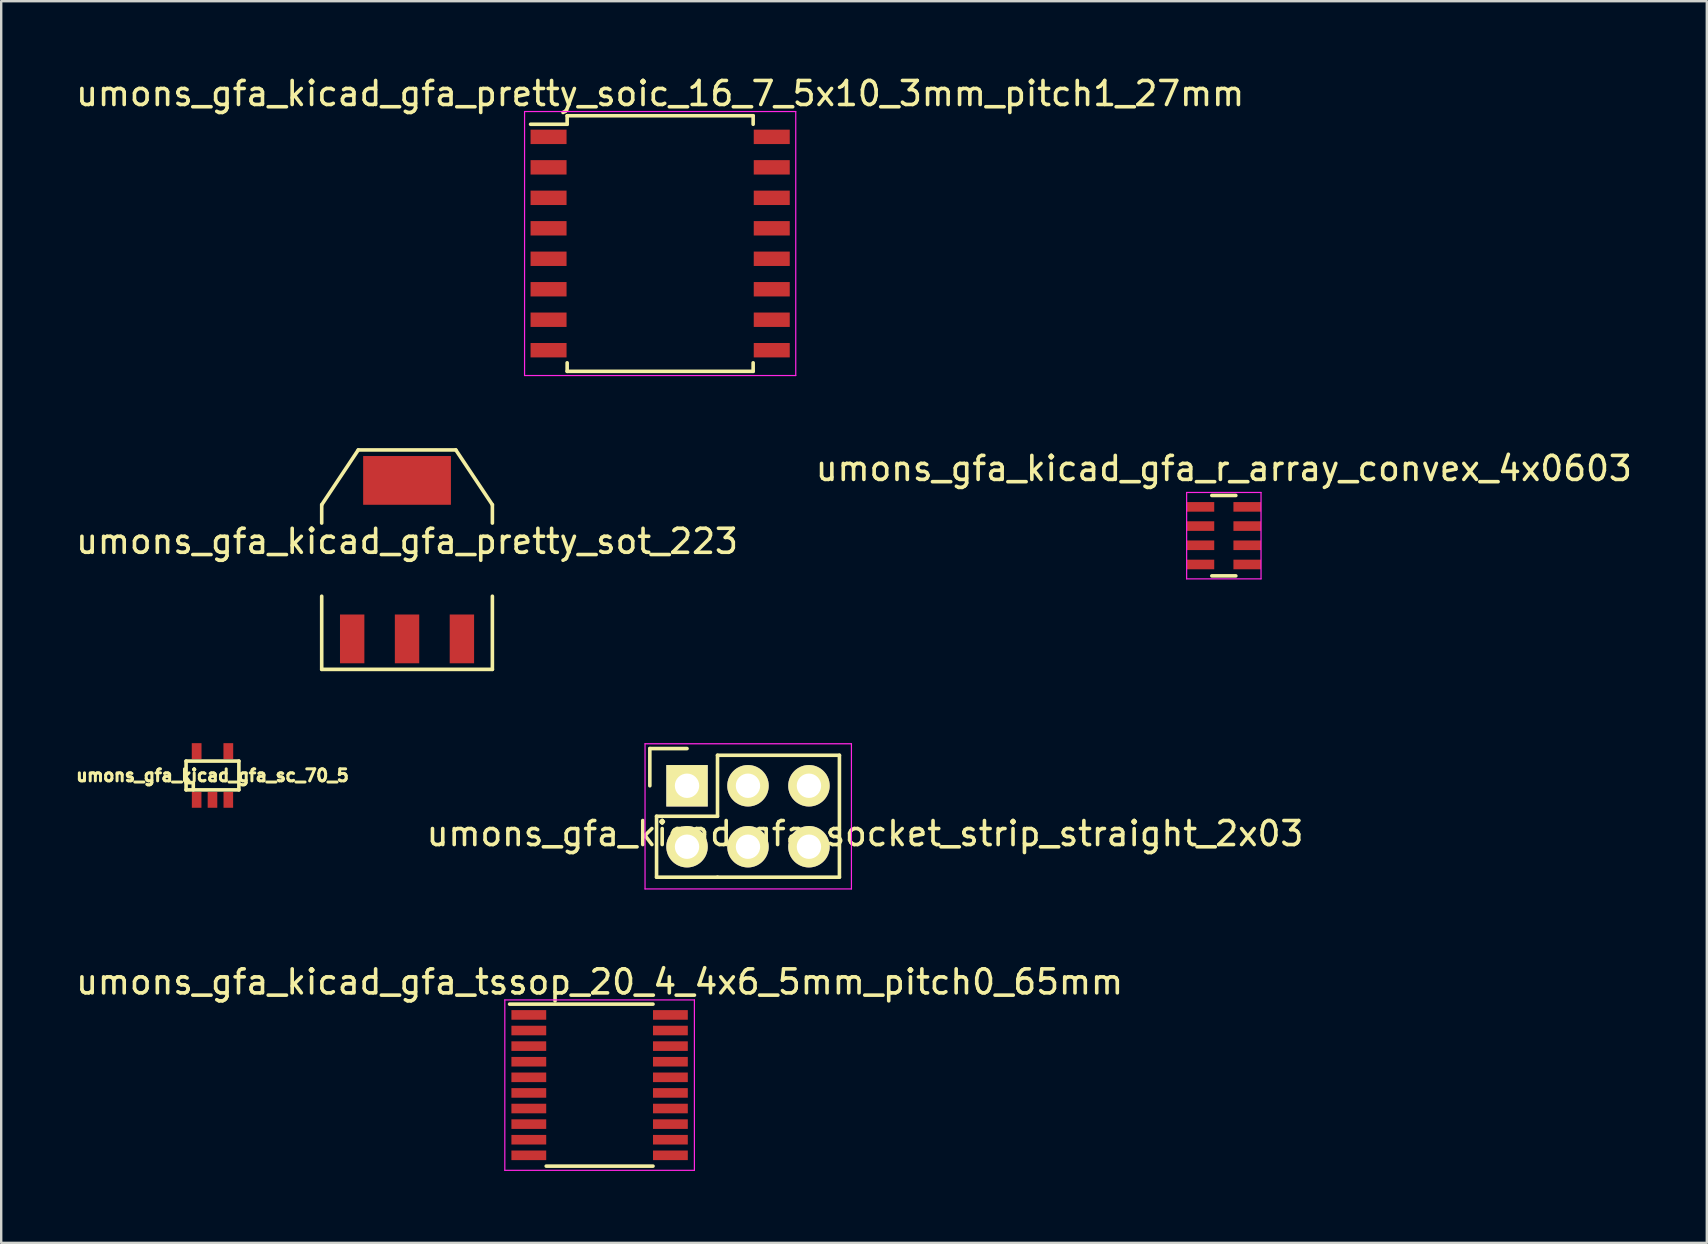
<source format=kicad_pcb>
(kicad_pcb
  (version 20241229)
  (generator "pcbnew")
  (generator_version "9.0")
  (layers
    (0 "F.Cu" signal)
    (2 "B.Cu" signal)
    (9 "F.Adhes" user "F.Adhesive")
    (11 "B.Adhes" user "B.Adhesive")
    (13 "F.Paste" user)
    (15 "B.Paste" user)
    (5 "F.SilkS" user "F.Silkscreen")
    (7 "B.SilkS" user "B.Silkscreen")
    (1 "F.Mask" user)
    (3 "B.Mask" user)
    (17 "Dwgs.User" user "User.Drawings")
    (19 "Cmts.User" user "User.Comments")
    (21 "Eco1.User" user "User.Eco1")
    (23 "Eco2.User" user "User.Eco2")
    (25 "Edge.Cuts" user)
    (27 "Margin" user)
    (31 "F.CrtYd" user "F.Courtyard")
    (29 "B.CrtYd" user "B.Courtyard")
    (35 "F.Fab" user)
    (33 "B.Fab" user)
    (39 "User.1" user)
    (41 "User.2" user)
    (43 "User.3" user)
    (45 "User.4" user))
  (footprint "umons_gfa_kicad_gfa_socket_strip_straight_2x03"
    (layer "F.Cu")
    (at 25.578 29.692)
    (property "Reference" "umons_gfa_kicad_gfa_socket_strip_straight_2x03" (at 7.417 1.994 0) (layer "F.SilkS") (effects (font (size 1 1) (thickness 0.15))))
    (attr through_hole)
    (fp_line (start -1.55 -1.55) (end -1.55 0) (stroke (width 0.15) (type solid)) (layer "F.SilkS"))
    (fp_line (start -1.55 -1.55) (end 0 -1.55) (stroke (width 0.15) (type solid)) (layer "F.SilkS"))
    (fp_line (start -1.27 1.27) (end 1.27 1.27) (stroke (width 0.15) (type solid)) (layer "F.SilkS"))
    (fp_line (start -1.27 3.81) (end -1.27 1.27) (stroke (width 0.15) (type solid)) (layer "F.SilkS"))
    (fp_line (start 1.27 1.27) (end 1.27 -1.27) (stroke (width 0.15) (type solid)) (layer "F.SilkS"))
    (fp_line (start 1.27 3.81) (end -1.27 3.81) (stroke (width 0.15) (type solid)) (layer "F.SilkS"))
    (fp_line (start 6.35 -1.27) (end 1.27 -1.27) (stroke (width 0.15) (type solid)) (layer "F.SilkS"))
    (fp_line (start 6.35 -1.27) (end 6.35 3.81) (stroke (width 0.15) (type solid)) (layer "F.SilkS"))
    (fp_line (start 6.35 3.81) (end 1.27 3.81) (stroke (width 0.15) (type solid)) (layer "F.SilkS"))
    (fp_line (start -1.75 -1.75) (end -1.75 4.3) (stroke (width 0.05) (type solid)) (layer "F.CrtYd"))
    (fp_line (start -1.75 -1.75) (end 6.85 -1.75) (stroke (width 0.05) (type solid)) (layer "F.CrtYd"))
    (fp_line (start -1.75 4.3) (end 6.85 4.3) (stroke (width 0.05) (type solid)) (layer "F.CrtYd"))
    (fp_line (start 6.85 -1.75) (end 6.85 4.3) (stroke (width 0.05) (type solid)) (layer "F.CrtYd"))
    (pad "1" thru_hole rect (at 0 0) (size 1.727 1.727) (drill 1.016) (layers "*.Cu" "*.Mask" "F.SilkS"))
    (pad "2" thru_hole oval (at 0 2.54) (size 1.727 1.727) (drill 1.016) (layers "*.Cu" "*.Mask" "F.SilkS"))
    (pad "3" thru_hole oval (at 2.54 0) (size 1.727 1.727) (drill 1.016) (layers "*.Cu" "*.Mask" "F.SilkS"))
    (pad "4" thru_hole oval (at 2.54 2.54) (size 1.727 1.727) (drill 1.016) (layers "*.Cu" "*.Mask" "F.SilkS"))
    (pad "5" thru_hole oval (at 5.08 0) (size 1.727 1.727) (drill 1.016) (layers "*.Cu" "*.Mask" "F.SilkS"))
    (pad "6" thru_hole oval (at 5.08 2.54) (size 1.727 1.727) (drill 1.016) (layers "*.Cu" "*.Mask" "F.SilkS")))
  (footprint "umons_gfa_kicad_gfa_pretty_sot_223"
    (layer "F.Cu")
    (at 13.911 20.27)
    (property "Reference" "umons_gfa_kicad_gfa_pretty_sot_223" (at 0 -0.762 0) (layer "F.SilkS") (effects (font (size 1 1) (thickness 0.15))))
    (attr smd)
    (fp_line (start -3.556 -2.286) (end -2.032 -4.572) (stroke (width 0.15) (type solid)) (layer "F.SilkS"))
    (fp_line (start -3.556 -1.524) (end -3.556 -2.286) (stroke (width 0.15) (type solid)) (layer "F.SilkS"))
    (fp_line (start -3.556 1.524) (end -3.556 4.572) (stroke (width 0.15) (type solid)) (layer "F.SilkS"))
    (fp_line (start -3.556 4.572) (end 3.556 4.572) (stroke (width 0.15) (type solid)) (layer "F.SilkS"))
    (fp_line (start -2.032 -4.572) (end 2.032 -4.572) (stroke (width 0.15) (type solid)) (layer "F.SilkS"))
    (fp_line (start 2.032 -4.572) (end 3.556 -2.286) (stroke (width 0.15) (type solid)) (layer "F.SilkS"))
    (fp_line (start 3.556 -2.286) (end 3.556 -1.524) (stroke (width 0.15) (type solid)) (layer "F.SilkS"))
    (fp_line (start 3.556 4.572) (end 3.556 1.524) (stroke (width 0.15) (type solid)) (layer "F.SilkS"))
    (pad "1" smd rect (at -2.286 3.302) (size 1.016 2.032) (layers "F.Cu" "F.Mask" "F.Paste"))
    (pad "2" smd rect (at 0 3.302) (size 1.016 2.032) (layers "F.Cu" "F.Mask" "F.Paste"))
    (pad "3" smd rect (at 2.286 3.302) (size 1.016 2.032) (layers "F.Cu" "F.Mask" "F.Paste"))
    (pad "4" smd rect (at 0 -3.302) (size 3.658 2.032) (layers "F.Cu" "F.Mask" "F.Paste")))
  (footprint "umons_gfa_kicad_gfa_r_array_convex_4x0603"
    (layer "F.Cu")
    (at 47.946 19.271)
    (property "Reference" "umons_gfa_kicad_gfa_r_array_convex_4x0603" (at 0 -2.8 0) (layer "F.SilkS") (effects (font (size 1 1) (thickness 0.15))))
    (attr smd)
    (fp_line (start 0.5 -1.675) (end -0.5 -1.675) (stroke (width 0.15) (type solid)) (layer "F.SilkS"))
    (fp_line (start 0.5 1.675) (end -0.5 1.675) (stroke (width 0.15) (type solid)) (layer "F.SilkS"))
    (fp_line (start -1.55 -1.8) (end -1.55 1.8) (stroke (width 0.05) (type solid)) (layer "F.CrtYd"))
    (fp_line (start -1.55 -1.8) (end 1.55 -1.8) (stroke (width 0.05) (type solid)) (layer "F.CrtYd"))
    (fp_line (start -1.55 1.8) (end 1.55 1.8) (stroke (width 0.05) (type solid)) (layer "F.CrtYd"))
    (fp_line (start 1.55 -1.8) (end 1.55 1.8) (stroke (width 0.05) (type solid)) (layer "F.CrtYd"))
    (pad "1" smd rect (at -0.975 -1.2) (size 1.15 0.4) (layers "F.Cu" "F.Mask" "F.Paste"))
    (pad "2" smd rect (at -0.975 -0.4) (size 1.15 0.4) (layers "F.Cu" "F.Mask" "F.Paste"))
    (pad "3" smd rect (at -0.975 0.4) (size 1.15 0.4) (layers "F.Cu" "F.Mask" "F.Paste"))
    (pad "4" smd rect (at -0.975 1.2) (size 1.15 0.4) (layers "F.Cu" "F.Mask" "F.Paste"))
    (pad "5" smd rect (at 0.975 1.2) (size 1.15 0.4) (layers "F.Cu" "F.Mask" "F.Paste"))
    (pad "6" smd rect (at 0.975 0.4) (size 1.15 0.4) (layers "F.Cu" "F.Mask" "F.Paste"))
    (pad "7" smd rect (at 0.975 -0.4) (size 1.15 0.4) (layers "F.Cu" "F.Mask" "F.Paste"))
    (pad "8" smd rect (at 0.975 -1.2) (size 1.15 0.4) (layers "F.Cu" "F.Mask" "F.Paste")))
  (footprint "umons_gfa_kicad_gfa_sc_70_5"
    (layer "F.Cu")
    (at 5.804 29.263)
    (property "Reference" "umons_gfa_kicad_gfa_sc_70_5" (at 0 0 0) (layer "F.SilkS") (effects (font (size 0.5 0.5) (thickness 0.125))))
    (attr smd)
    (fp_line (start -1.1 -0.6) (end -1.1 0.6) (stroke (width 0.15) (type solid)) (layer "F.SilkS"))
    (fp_line (start -1.1 0.3) (end -0.8 0.3) (stroke (width 0.15) (type solid)) (layer "F.SilkS"))
    (fp_line (start -1.1 0.6) (end 1.1 0.6) (stroke (width 0.15) (type solid)) (layer "F.SilkS"))
    (fp_line (start -0.8 0.3) (end -0.8 0.6) (stroke (width 0.15) (type solid)) (layer "F.SilkS"))
    (fp_line (start 1.1 -0.6) (end -1.1 -0.6) (stroke (width 0.15) (type solid)) (layer "F.SilkS"))
    (fp_line (start 1.1 0.6) (end 1.1 -0.6) (stroke (width 0.15) (type solid)) (layer "F.SilkS"))
    (pad "1" smd rect (at -0.66 1.016) (size 0.4 0.66) (layers "F.Cu" "F.Mask" "F.Paste"))
    (pad "2" smd rect (at 0 1.016) (size 0.4 0.66) (layers "F.Cu" "F.Mask" "F.Paste"))
    (pad "3" smd rect (at 0.66 1.016) (size 0.4 0.66) (layers "F.Cu" "F.Mask" "F.Paste"))
    (pad "4" smd rect (at 0.66 -1.016) (size 0.406 0.66) (layers "F.Cu" "F.Mask" "F.Paste"))
    (pad "5" smd rect (at -0.66 -1.016) (size 0.406 0.66) (layers "F.Cu" "F.Mask" "F.Paste")))
  (footprint "umons_gfa_kicad_gfa_tssop_20_4_4x6_5mm_pitch0_65mm"
    (layer "F.Cu")
    (at 21.935 42.166)
    (property "Reference" "umons_gfa_kicad_gfa_tssop_20_4_4x6_5mm_pitch0_65mm" (at 0 -4.3 0) (layer "F.SilkS") (effects (font (size 1 1) (thickness 0.15))))
    (attr smd)
    (fp_line (start -3.75 -3.375) (end 2.225 -3.375) (stroke (width 0.15) (type solid)) (layer "F.SilkS"))
    (fp_line (start -2.225 3.375) (end 2.225 3.375) (stroke (width 0.15) (type solid)) (layer "F.SilkS"))
    (fp_line (start -3.95 -3.55) (end -3.95 3.55) (stroke (width 0.05) (type solid)) (layer "F.CrtYd"))
    (fp_line (start -3.95 -3.55) (end 3.95 -3.55) (stroke (width 0.05) (type solid)) (layer "F.CrtYd"))
    (fp_line (start -3.95 3.55) (end 3.95 3.55) (stroke (width 0.05) (type solid)) (layer "F.CrtYd"))
    (fp_line (start 3.95 -3.55) (end 3.95 3.55) (stroke (width 0.05) (type solid)) (layer "F.CrtYd"))
    (pad "1" smd rect (at -2.95 -2.925) (size 1.45 0.4) (layers "F.Cu" "F.Mask" "F.Paste"))
    (pad "2" smd rect (at -2.95 -2.275) (size 1.45 0.4) (layers "F.Cu" "F.Mask" "F.Paste"))
    (pad "3" smd rect (at -2.95 -1.625) (size 1.45 0.4) (layers "F.Cu" "F.Mask" "F.Paste"))
    (pad "4" smd rect (at -2.95 -0.975) (size 1.45 0.4) (layers "F.Cu" "F.Mask" "F.Paste"))
    (pad "5" smd rect (at -2.95 -0.325) (size 1.45 0.4) (layers "F.Cu" "F.Mask" "F.Paste"))
    (pad "6" smd rect (at -2.95 0.325) (size 1.45 0.4) (layers "F.Cu" "F.Mask" "F.Paste"))
    (pad "7" smd rect (at -2.95 0.975) (size 1.45 0.4) (layers "F.Cu" "F.Mask" "F.Paste"))
    (pad "8" smd rect (at -2.95 1.625) (size 1.45 0.4) (layers "F.Cu" "F.Mask" "F.Paste"))
    (pad "9" smd rect (at -2.95 2.275) (size 1.45 0.4) (layers "F.Cu" "F.Mask" "F.Paste"))
    (pad "10" smd rect (at -2.95 2.925) (size 1.45 0.4) (layers "F.Cu" "F.Mask" "F.Paste"))
    (pad "11" smd rect (at 2.95 2.925) (size 1.45 0.4) (layers "F.Cu" "F.Mask" "F.Paste"))
    (pad "12" smd rect (at 2.95 2.275) (size 1.45 0.4) (layers "F.Cu" "F.Mask" "F.Paste"))
    (pad "13" smd rect (at 2.95 1.625) (size 1.45 0.4) (layers "F.Cu" "F.Mask" "F.Paste"))
    (pad "14" smd rect (at 2.95 0.975) (size 1.45 0.4) (layers "F.Cu" "F.Mask" "F.Paste"))
    (pad "15" smd rect (at 2.95 0.325) (size 1.45 0.4) (layers "F.Cu" "F.Mask" "F.Paste"))
    (pad "16" smd rect (at 2.95 -0.325) (size 1.45 0.4) (layers "F.Cu" "F.Mask" "F.Paste"))
    (pad "17" smd rect (at 2.95 -0.975) (size 1.45 0.4) (layers "F.Cu" "F.Mask" "F.Paste"))
    (pad "18" smd rect (at 2.95 -1.625) (size 1.45 0.4) (layers "F.Cu" "F.Mask" "F.Paste"))
    (pad "19" smd rect (at 2.95 -2.275) (size 1.45 0.4) (layers "F.Cu" "F.Mask" "F.Paste"))
    (pad "20" smd rect (at 2.95 -2.925) (size 1.45 0.4) (layers "F.Cu" "F.Mask" "F.Paste")))
  (footprint "umons_gfa_kicad_gfa_pretty_soic_16_7_5x10_3mm_pitch1_27mm"
    (layer "F.Cu")
    (at 24.458 7.098)
    (property "Reference" "umons_gfa_kicad_gfa_pretty_soic_16_7_5x10_3mm_pitch1_27mm" (at 0 -6.25 0) (layer "F.SilkS") (effects (font (size 1 1) (thickness 0.15))))
    (attr smd)
    (fp_line (start -3.875 -5.325) (end -3.875 -4.97) (stroke (width 0.15) (type solid)) (layer "F.SilkS"))
    (fp_line (start -3.875 -5.325) (end 3.875 -5.325) (stroke (width 0.15) (type solid)) (layer "F.SilkS"))
    (fp_line (start -3.875 -4.97) (end -5.4 -4.97) (stroke (width 0.15) (type solid)) (layer "F.SilkS"))
    (fp_line (start -3.875 5.325) (end -3.875 4.97) (stroke (width 0.15) (type solid)) (layer "F.SilkS"))
    (fp_line (start -3.875 5.325) (end 3.875 5.325) (stroke (width 0.15) (type solid)) (layer "F.SilkS"))
    (fp_line (start 3.875 -5.325) (end 3.875 -4.97) (stroke (width 0.15) (type solid)) (layer "F.SilkS"))
    (fp_line (start 3.875 5.325) (end 3.875 4.97) (stroke (width 0.15) (type solid)) (layer "F.SilkS"))
    (fp_line (start -5.65 -5.5) (end -5.65 5.5) (stroke (width 0.05) (type solid)) (layer "F.CrtYd"))
    (fp_line (start -5.65 -5.5) (end 5.65 -5.5) (stroke (width 0.05) (type solid)) (layer "F.CrtYd"))
    (fp_line (start -5.65 5.5) (end 5.65 5.5) (stroke (width 0.05) (type solid)) (layer "F.CrtYd"))
    (fp_line (start 5.65 -5.5) (end 5.65 5.5) (stroke (width 0.05) (type solid)) (layer "F.CrtYd"))
    (pad "1" smd rect (at -4.65 -4.445) (size 1.5 0.6) (layers "F.Cu" "F.Mask" "F.Paste"))
    (pad "2" smd rect (at -4.65 -3.175) (size 1.5 0.6) (layers "F.Cu" "F.Mask" "F.Paste"))
    (pad "3" smd rect (at -4.65 -1.905) (size 1.5 0.6) (layers "F.Cu" "F.Mask" "F.Paste"))
    (pad "4" smd rect (at -4.65 -0.635) (size 1.5 0.6) (layers "F.Cu" "F.Mask" "F.Paste"))
    (pad "5" smd rect (at -4.65 0.635) (size 1.5 0.6) (layers "F.Cu" "F.Mask" "F.Paste"))
    (pad "6" smd rect (at -4.65 1.905) (size 1.5 0.6) (layers "F.Cu" "F.Mask" "F.Paste"))
    (pad "7" smd rect (at -4.65 3.175) (size 1.5 0.6) (layers "F.Cu" "F.Mask" "F.Paste"))
    (pad "8" smd rect (at -4.65 4.445) (size 1.5 0.6) (layers "F.Cu" "F.Mask" "F.Paste"))
    (pad "9" smd rect (at 4.65 4.445) (size 1.5 0.6) (layers "F.Cu" "F.Mask" "F.Paste"))
    (pad "10" smd rect (at 4.65 3.175) (size 1.5 0.6) (layers "F.Cu" "F.Mask" "F.Paste"))
    (pad "11" smd rect (at 4.65 1.905) (size 1.5 0.6) (layers "F.Cu" "F.Mask" "F.Paste"))
    (pad "12" smd rect (at 4.65 0.635) (size 1.5 0.6) (layers "F.Cu" "F.Mask" "F.Paste"))
    (pad "13" smd rect (at 4.65 -0.635) (size 1.5 0.6) (layers "F.Cu" "F.Mask" "F.Paste"))
    (pad "14" smd rect (at 4.65 -1.905) (size 1.5 0.6) (layers "F.Cu" "F.Mask" "F.Paste"))
    (pad "15" smd rect (at 4.65 -3.175) (size 1.5 0.6) (layers "F.Cu" "F.Mask" "F.Paste"))
    (pad "16" smd rect (at 4.65 -4.445) (size 1.5 0.6) (layers "F.Cu" "F.Mask" "F.Paste")))
  (gr_rect
    (start -3 -3)
    (end 68.071 48.74)
    (stroke (width 0.1) (type default))
    (fill no)
    (layer "Edge.Cuts")))
</source>
